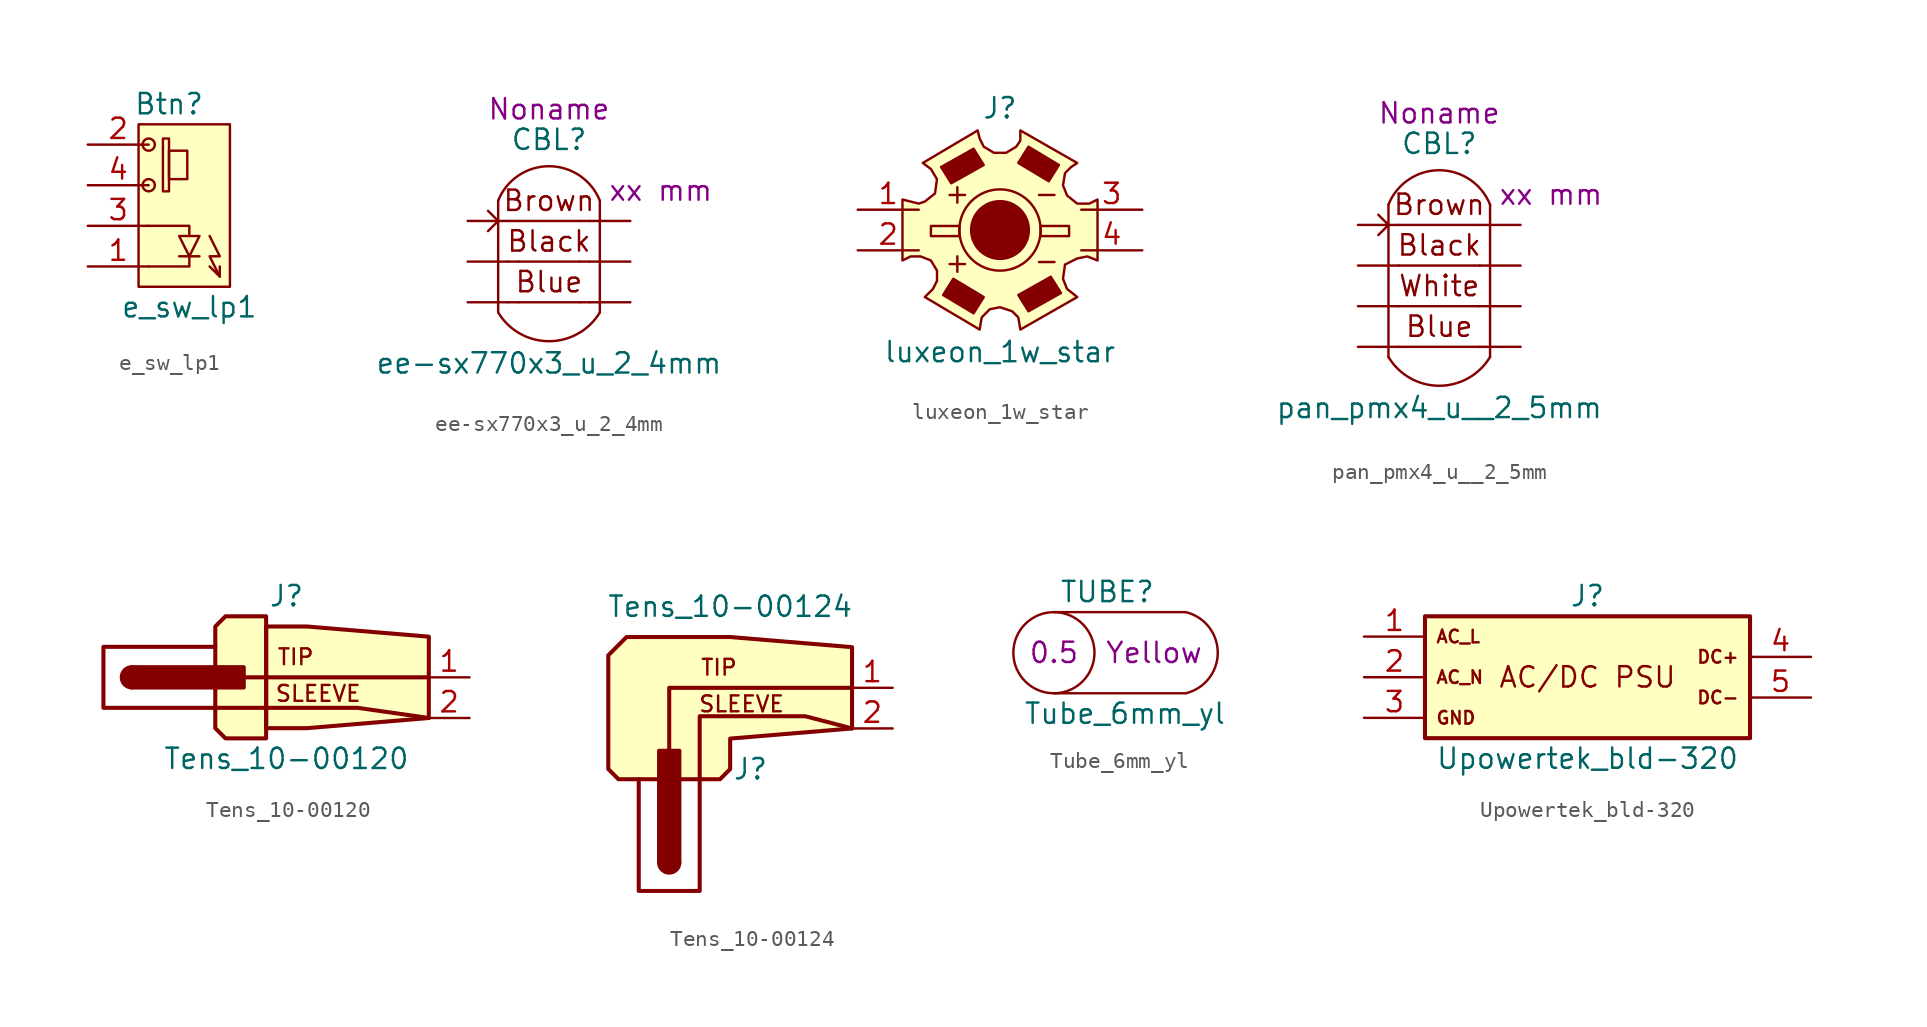
<source format=kicad_sym>
(kicad_symbol_lib
  (version 20211014)
  (generator kicad_symbol_editor)
  (symbol "e_sw_lp1"
    (pin_names
      (offset 1.016) hide)
    (property "Reference" "Btn"
      (at 0 6.35 0)
      (effects (font (size 1.27 1.27))))
    (property "Value" "e_sw_lp1"
      (at 1.27 -6.35 0)
      (effects (font (size 1.27 1.27))))
    (symbol "e_sw_lp1_0_1"
      (rectangle (start -1.905 5.08) (end 3.81 -5.08) (stroke (width 0) (type default) (color 0 0 0 0)) (fill (type background)))
      (circle (center -1.27 1.27) (radius 0.381) (stroke (width 0) (type default) (color 0 0 0 0)) (fill (type none)))
      (circle (center -1.27 3.81) (radius 0.381) (stroke (width 0) (type default) (color 0 0 0 0)) (fill (type none)))
      (rectangle (start -0.381 0.889) (end 0 4.191) (stroke (width 0) (type default) (color 0 0 0 0)) (fill (type none)))
      (polyline (pts (xy 0.635 -3.175) (xy 1.905 -3.175)) (stroke (width 0) (type default) (color 0 0 0 0)) (fill (type none)))
      (polyline (pts (xy 3.175 -4.445) (xy 3.175 -3.81)) (stroke (width 0) (type default) (color 0 0 0 0)) (fill (type none)))
      (polyline (pts (xy -1.27 -1.27) (xy 1.27 -1.27) (xy 1.27 -1.905)) (stroke (width 0) (type default) (color 0 0 0 0)) (fill (type none)))
      (polyline (pts (xy 1.27 -3.175) (xy 1.27 -3.81) (xy -1.27 -3.81)) (stroke (width 0) (type default) (color 0 0 0 0)) (fill (type none)))
      (polyline (pts (xy 0.635 -1.905) (xy 1.905 -1.905) (xy 1.27 -3.175) (xy 0.635 -1.905)) (stroke (width 0) (type default) (color 0 0 0 0)) (fill (type none)))
      (polyline (pts (xy 2.54 -1.905) (xy 3.175 -3.175) (xy 2.54 -3.175) (xy 3.175 -4.445) (xy 2.54 -3.81)) (stroke (width 0) (type default) (color 0 0 0 0)) (fill (type none)))
      (rectangle (start 0 1.651) (end 1.143 3.429) (stroke (width 0) (type default) (color 0 0 0 0)) (fill (type none))))
    (symbol "e_sw_lp1_1_1"
      (pin passive line (at -5.08 -3.81 0) (length 3.81) (name "LED_C" (effects (font (size 1.27 1.27)))) (number "1" (effects (font (size 1.27 1.27)))))
      (pin passive line (at -5.08 3.81 0) (length 3.81) (name "SW_1" (effects (font (size 1.27 1.27)))) (number "2" (effects (font (size 1.27 1.27)))))
      (pin passive line (at -5.08 -1.27 0) (length 3.81) (name "LED_A" (effects (font (size 1.27 1.27)))) (number "3" (effects (font (size 1.27 1.27)))))
      (pin passive line (at -5.08 1.27 0) (length 3.81) (name "SW_2" (effects (font (size 1.27 1.27)))) (number "4" (effects (font (size 1.27 1.27)))))))
  (symbol "ee-sx770x3_u_2_4mm"
    (pin_numbers hide)
    (pin_names hide)
    (property "Reference" "CBL"
      (at 0 7.62 0)
      (effects (font (size 1.27 1.27))))
    (property "Value" "ee-sx770x3_u_2_4mm"
      (at 0 -6.35 0)
      (effects (font (size 1.27 1.27))))
    (property "Length" "xx mm"
      (at 6.985 4.445 0)
      (effects (font (size 1.27 1.27))))
    (property "Harness_name" "Noname"
      (at 0 9.525 0)
      (effects (font (size 1.27 1.27))))
    (symbol "ee-sx770x3_u_2_4mm_0_0"
      (arc (start -3.175 -3.175) (mid 0 -4.9727) (end 3.175 -3.175) (stroke (width 0) (type default) (color 0 0 0 0)) (fill (type none)))
      (polyline (pts (xy -3.175 3.81) (xy -3.175 -3.175)) (stroke (width 0) (type default) (color 0 0 0 0)) (fill (type none)))
      (polyline (pts (xy -1.905 -2.54) (xy 1.905 -2.54)) (stroke (width 0) (type default) (color 0 0 0 0)) (fill (type none)))
      (polyline (pts (xy -1.905 0) (xy 1.905 0)) (stroke (width 0) (type default) (color 0 0 0 0)) (fill (type none)))
      (polyline (pts (xy -1.905 2.54) (xy 1.905 2.54)) (stroke (width 0) (type default) (color 0 0 0 0)) (fill (type none)))
      (polyline (pts (xy 3.175 3.81) (xy 3.175 -3.175)) (stroke (width 0) (type default) (color 0 0 0 0)) (fill (type none)))
      (arc (start 3.175 3.81) (mid 0 5.9596) (end -3.175 3.81) (stroke (width 0) (type default) (color 0 0 0 0)) (fill (type none)))
      (text "Black" (at 0 1.27 0) (effects (font (size 1.27 1.27))))
      (text "Blue" (at 0 -1.27 0) (effects (font (size 1.27 1.27))))
      (text "Brown" (at 0 3.81 0) (effects (font (size 1.27 1.27)))))
    (symbol "ee-sx770x3_u_2_4mm_0_1"
      (polyline (pts (xy -1.905 -2.54) (xy -2.54 -2.54)) (stroke (width 0) (type default) (color 0 0 0 0)) (fill (type none)))
      (polyline (pts (xy -1.905 0) (xy -2.54 0)) (stroke (width 0) (type default) (color 0 0 0 0)) (fill (type none)))
      (polyline (pts (xy -1.905 2.54) (xy -2.54 2.54)) (stroke (width 0) (type default) (color 0 0 0 0)) (fill (type none)))
      (polyline (pts (xy 2.54 -2.54) (xy 1.905 -2.54)) (stroke (width 0) (type default) (color 0 0 0 0)) (fill (type none)))
      (polyline (pts (xy 2.54 0) (xy 1.905 0)) (stroke (width 0) (type default) (color 0 0 0 0)) (fill (type none)))
      (polyline (pts (xy 2.54 2.54) (xy 1.905 2.54)) (stroke (width 0) (type default) (color 0 0 0 0)) (fill (type none)))
      (polyline (pts (xy -3.81 3.175) (xy -3.175 2.54) (xy -3.81 1.905)) (stroke (width 0) (type default) (color 0 0 0 0)) (fill (type none))))
    (symbol "ee-sx770x3_u_2_4mm_1_1"
      (pin passive line (at -5.08 2.54 0) (length 2.54) (name "C1.1" (effects (font (size 1.27 1.27)))) (number "1" (effects (font (size 1.27 1.27)))))
      (pin passive line (at 5.08 2.54 180) (length 2.54) (name "C1.2" (effects (font (size 1.27 1.27)))) (number "2" (effects (font (size 1.27 1.27)))))
      (pin passive line (at -5.08 0 0) (length 2.54) (name "C2.1" (effects (font (size 1.27 1.27)))) (number "3" (effects (font (size 1.27 1.27)))))
      (pin passive line (at 5.08 0 180) (length 2.54) (name "C2.2" (effects (font (size 1.27 1.27)))) (number "4" (effects (font (size 1.27 1.27)))))
      (pin passive line (at -5.08 -2.54 0) (length 2.54) (name "C3.1" (effects (font (size 1.27 1.27)))) (number "5" (effects (font (size 1.27 1.27)))))
      (pin passive line (at 5.08 -2.54 180) (length 2.54) (name "C3.2" (effects (font (size 1.27 1.27)))) (number "6" (effects (font (size 1.27 1.27)))))))
  (symbol "luxeon_1w_star"
    (pin_names
      (offset 1.016) hide)
    (property "Reference" "J"
      (at 0 7.62 0)
      (effects (font (size 1.27 1.27))))
    (property "Value" "luxeon_1w_star"
      (at 0 -7.62 0)
      (effects (font (size 1.27 1.27))))
    (symbol "luxeon_1w_star_0_0"
      (text "+" (at -2.667 2.286 0) (effects (font (size 1.27 1.27))))
      (text "-" (at 2.921 2.286 0) (effects (font (size 1.27 1.27))))
      (pin passive line (at 8.89 -1.27 180) (length 3.81) (name "Neg_2" (effects (font (size 1.27 1.27)))) (number "4" (effects (font (size 1.27 1.27))))))
    (symbol "luxeon_1w_star_0_1"
      (rectangle (start -2.54 -0.381) (end -4.318 0.254) (stroke (width 0) (type default) (color 0 0 0 0)) (fill (type none)))
      (polyline (pts (xy -3.683 3.937) (xy -1.651 5.08) (xy -1.016 4.064) (xy -3.048 2.921) (xy -3.683 3.937)) (stroke (width 0) (type default) (color 0 0 0 0)) (fill (type outline)))
      (polyline (pts (xy 1.778 5.207) (xy 1.143 4.191) (xy 3.048 3.048) (xy 3.683 4.064) (xy 1.778 5.207)) (stroke (width 0) (type default) (color 0 0 0 0)) (fill (type outline)))
      (polyline (pts (xy 4.826 4.191) (xy 1.27 6.223) (xy 1.27 5.588) (xy 1.016 5.207) (xy 0.381 4.826) (xy -0.381 4.826) (xy -1.016 5.207) (xy -1.27 5.715) (xy -1.397 6.223) (xy -4.826 4.191) (xy -4.318 3.81) (xy -3.937 3.175) (xy -4.064 2.286) (xy -4.699 1.778) (xy -5.08 1.651) (xy -5.588 1.778) (xy -6.096 1.905) (xy -6.096 -1.905) (xy -5.588 -1.651) (xy -4.953 -1.651) (xy -4.318 -1.905) (xy -3.937 -2.54) (xy -3.937 -3.175) (xy -4.191 -3.683) (xy -4.699 -4.191) (xy -1.27 -6.223) (xy -1.143 -5.461) (xy -0.635 -4.953) (xy 0 -4.826) (xy 0.762 -5.08) (xy 1.143 -5.461) (xy 1.27 -6.223) (xy 4.826 -4.191) (xy 4.191 -3.683) (xy 3.937 -3.048) (xy 4.064 -2.159) (xy 4.826 -1.778) (xy 5.461 -1.651) (xy 6.096 -1.905) (xy 6.096 1.905) (xy 5.588 1.651) (xy 4.826 1.651) (xy 4.191 2.159) (xy 3.937 2.794) (xy 4.064 3.556) (xy 4.445 3.937) (xy 4.826 4.191)) (stroke (width 0) (type default) (color 0 0 0 0)) (fill (type background)))
      (circle (center 0 0) (radius 1.803) (stroke (width 0) (type default) (color 0 0 0 0)) (fill (type outline)))
      (circle (center 0 0) (radius 2.54) (stroke (width 0) (type default) (color 0 0 0 0)) (fill (type none))))
    (symbol "luxeon_1w_star_1_1"
      (polyline (pts (xy -2.921 -3.048) (xy -3.556 -4.064) (xy -1.651 -5.207) (xy -1.016 -4.191) (xy -2.921 -3.048)) (stroke (width 0) (type default) (color 0 0 0 0)) (fill (type outline)))
      (polyline (pts (xy 1.143 -4.064) (xy 3.175 -2.921) (xy 3.81 -3.937) (xy 1.778 -5.08) (xy 1.143 -4.064)) (stroke (width 0) (type default) (color 0 0 0 0)) (fill (type outline)))
      (rectangle (start 4.318 -0.381) (end 2.54 0.254) (stroke (width 0) (type default) (color 0 0 0 0)) (fill (type none)))
      (text "+" (at -2.667 -2.032 0) (effects (font (size 1.27 1.27))))
      (text "-" (at 2.921 -1.905 0) (effects (font (size 1.27 1.27))))
      (pin passive line (at -8.89 1.27 0) (length 3.81) (name "Pos_1" (effects (font (size 1.27 1.27)))) (number "1" (effects (font (size 1.27 1.27)))))
      (pin passive line (at -8.89 -1.27 0) (length 3.81) (name "Pos_2" (effects (font (size 1.27 1.27)))) (number "2" (effects (font (size 1.27 1.27)))))
      (pin passive line (at 8.89 1.27 180) (length 3.81) (name "Neg_1" (effects (font (size 1.27 1.27)))) (number "3" (effects (font (size 1.27 1.27)))))))
  (symbol "pan_pmx4_u__2_5mm"
    (pin_numbers hide)
    (pin_names hide)
    (property "Reference" "CBL"
      (at 0 7.62 0)
      (effects (font (size 1.27 1.27))))
    (property "Value" "pan_pmx4_u__2_5mm"
      (at 0 -8.89 0)
      (effects (font (size 1.27 1.27))))
    (property "Length" "xx mm"
      (at 6.985 4.445 0)
      (effects (font (size 1.27 1.27))))
    (property "Harness_name" "Noname"
      (at 0 9.525 0)
      (effects (font (size 1.27 1.27))))
    (symbol "pan_pmx4_u__2_5mm_0_0"
      (arc (start -3.175 -5.715) (mid 0 -7.5127) (end 3.175 -5.715) (stroke (width 0) (type default) (color 0 0 0 0)) (fill (type none)))
      (polyline (pts (xy -3.175 3.81) (xy -3.175 -5.715)) (stroke (width 0) (type default) (color 0 0 0 0)) (fill (type none)))
      (polyline (pts (xy -2.54 -5.08) (xy 2.54 -5.08)) (stroke (width 0) (type default) (color 0 0 0 0)) (fill (type none)))
      (polyline (pts (xy -2.54 0) (xy 2.54 0)) (stroke (width 0) (type default) (color 0 0 0 0)) (fill (type none)))
      (polyline (pts (xy -2.54 2.54) (xy 2.54 2.54)) (stroke (width 0) (type default) (color 0 0 0 0)) (fill (type none)))
      (polyline (pts (xy 3.175 3.81) (xy 3.175 -5.715)) (stroke (width 0) (type default) (color 0 0 0 0)) (fill (type none)))
      (arc (start 3.175 3.81) (mid 0 5.9596) (end -3.175 3.81) (stroke (width 0) (type default) (color 0 0 0 0)) (fill (type none)))
      (text "Black" (at 0 1.27 0) (effects (font (size 1.27 1.27))))
      (text "Blue" (at 0 -3.81 0) (effects (font (size 1.27 1.27))))
      (text "Brown" (at 0 3.81 0) (effects (font (size 1.27 1.27)))))
    (symbol "pan_pmx4_u__2_5mm_0_1"
      (polyline (pts (xy -3.81 3.175) (xy -3.175 2.54) (xy -3.81 1.905)) (stroke (width 0) (type default) (color 0 0 0 0)) (fill (type none))))
    (symbol "pan_pmx4_u__2_5mm_1_1"
      (polyline (pts (xy -2.54 -2.54) (xy 2.54 -2.54)) (stroke (width 0) (type default) (color 0 0 0 0)) (fill (type none)))
      (text "White" (at 0 -1.27 0) (effects (font (size 1.27 1.27))))
      (pin passive line (at -5.08 2.54 0) (length 2.54) (name "C1.1" (effects (font (size 1.27 1.27)))) (number "1" (effects (font (size 1.27 1.27)))))
      (pin passive line (at 5.08 2.54 180) (length 2.54) (name "C1.2" (effects (font (size 1.27 1.27)))) (number "2" (effects (font (size 1.27 1.27)))))
      (pin passive line (at -5.08 0 0) (length 2.54) (name "C2.1" (effects (font (size 1.27 1.27)))) (number "3" (effects (font (size 1.27 1.27)))))
      (pin passive line (at 5.08 0 180) (length 2.54) (name "C2.2" (effects (font (size 1.27 1.27)))) (number "4" (effects (font (size 1.27 1.27)))))
      (pin passive line (at -5.08 -2.54 0) (length 2.54) (name "C3.1" (effects (font (size 1.27 1.27)))) (number "5" (effects (font (size 1.27 1.27)))))
      (pin passive line (at 5.08 -2.54 180) (length 2.54) (name "C3.2" (effects (font (size 1.27 1.27)))) (number "6" (effects (font (size 1.27 1.27)))))
      (pin passive line (at -5.08 -5.08 0) (length 2.54) (name "C4.1" (effects (font (size 1.27 1.27)))) (number "7" (effects (font (size 1.27 1.27)))))
      (pin passive line (at 5.08 -5.08 180) (length 2.54) (name "C4.2" (effects (font (size 1.27 1.27)))) (number "8" (effects (font (size 1.27 1.27)))))))
  (symbol "Tens_10-00120"
    (pin_names
      (offset 1.016) hide)
    (property "Reference" "J"
      (at 0 5.08 0)
      (effects (font (size 1.27 1.27))))
    (property "Value" "Tens_10-00120"
      (at 0 -5.08 0)
      (effects (font (size 1.27 1.27))))
    (symbol "Tens_10-00120_0_0"
      (text "SLEEVE" (at -0.762 -1.016 0) (effects (font (size 0.991 0.991)) (justify left)))
      (text "TIP" (at -0.635 1.27 0) (effects (font (size 0.991 0.991)) (justify left))))
    (symbol "Tens_10-00120_0_1"
      (arc (start -9.652 0.635) (mid -10.287 0) (end -9.652 -0.635) (stroke (width 0.254) (type default) (color 0 0 0 0)) (fill (type outline)))
      (rectangle (start -2.667 0.635) (end -9.652 -0.635) (stroke (width 0.254) (type default) (color 0 0 0 0)) (fill (type outline)))
      (polyline (pts (xy 8.89 0) (xy -2.54 0)) (stroke (width 0.254) (type default) (color 0 0 0 0)) (fill (type none)))
      (polyline (pts (xy 8.89 -2.54) (xy 4.445 -1.905) (xy -4.445 -1.905) (xy -11.43 -1.905) (xy -11.43 1.905) (xy -4.445 1.905)) (stroke (width 0.254) (type default) (color 0 0 0 0)) (fill (type none)))
      (polyline (pts (xy -1.27 3.81) (xy -3.81 3.81) (xy -4.445 3.175) (xy -4.445 -3.175) (xy -3.81 -3.81) (xy -1.27 -3.81) (xy -1.27 3.81)) (stroke (width 0.254) (type default) (color 0 0 0 0)) (fill (type background)))
      (polyline (pts (xy 1.27 -3.175) (xy 8.89 -2.54) (xy 8.89 2.54) (xy 1.27 3.175) (xy 0 3.175) (xy -1.27 3.175) (xy -1.27 2.54) (xy -1.27 -3.175) (xy 0 -3.175) (xy 1.27 -3.175) (xy 1.27 -3.175)) (stroke (width 0.254) (type default) (color 0 0 0 0)) (fill (type background))))
    (symbol "Tens_10-00120_1_1"
      (pin passive line (at 11.43 0 180) (length 2.54) (name "Tip" (effects (font (size 1.27 1.27)))) (number "1" (effects (font (size 1.27 1.27)))))
      (pin passive line (at 11.43 -2.54 180) (length 2.54) (name "Sleeve" (effects (font (size 1.27 1.27)))) (number "2" (effects (font (size 1.27 1.27)))))))
  (symbol "Tens_10-00124"
    (pin_names
      (offset 1.016) hide)
    (property "Reference" "J"
      (at 0 -5.08 0)
      (effects (font (size 1.27 1.27))))
    (property "Value" "Tens_10-00124"
      (at -1.27 5.08 0)
      (effects (font (size 1.27 1.27))))
    (symbol "Tens_10-00124_0_0"
      (text "SLEEVE" (at -3.302 -1.016 0) (effects (font (size 0.991 0.991)) (justify left)))
      (text "TIP" (at -3.175 1.27 0) (effects (font (size 0.991 0.991)) (justify left))))
    (symbol "Tens_10-00124_0_1"
      (arc (start -5.715 -10.922) (mid -5.08 -11.557) (end -4.445 -10.922) (stroke (width 0.254) (type default) (color 0 0 0 0)) (fill (type outline)))
      (rectangle (start -5.715 -3.937) (end -4.445 -10.922) (stroke (width 0.254) (type default) (color 0 0 0 0)) (fill (type outline)))
      (polyline (pts (xy 6.35 0) (xy -5.08 0) (xy -5.08 -3.81)) (stroke (width 0.254) (type default) (color 0 0 0 0)) (fill (type none)))
      (polyline (pts (xy 6.35 -2.54) (xy 3.429 -1.778) (xy -3.175 -1.778) (xy -3.175 -5.715) (xy -3.175 -12.7) (xy -6.985 -12.7) (xy -6.985 -5.715)) (stroke (width 0.254) (type default) (color 0 0 0 0)) (fill (type none)))
      (polyline (pts (xy -8.255 -5.715) (xy -1.905 -5.715) (xy -1.27 -5.08) (xy -1.27 -3.175) (xy 6.35 -2.54) (xy 6.35 2.54) (xy -1.27 3.175) (xy -7.747 3.175) (xy -8.89 2.032) (xy -8.89 -5.08) (xy -8.255 -5.715)) (stroke (width 0.254) (type default) (color 0 0 0 0)) (fill (type background))))
    (symbol "Tens_10-00124_1_1"
      (pin passive line (at 8.89 0 180) (length 2.54) (name "Tip" (effects (font (size 1.27 1.27)))) (number "1" (effects (font (size 1.27 1.27)))))
      (pin passive line (at 8.89 -2.54 180) (length 2.54) (name "Sleeve" (effects (font (size 1.27 1.27)))) (number "2" (effects (font (size 1.27 1.27)))))))
  (symbol "Tube_6mm_yl"
    (pin_numbers hide)
    (pin_names
      (offset 0) hide)
    (property "Reference" "TUBE"
      (at 6.35 3.81 0)
      (effects (font (size 1.27 1.27)) (justify right)))
    (property "Value" "Tube_6mm_yl"
      (at 4.445 -3.81 0)
      (effects (font (size 1.27 1.27))))
    (property "Color" "Yellow"
      (at 3.175 0 0)
      (effects (font (size 1.27 1.27)) (justify left)))
    (property "Wall_Thickness" "0.5"
      (at 0 0 0)
      (effects (font (size 1.27 1.27))))
    (symbol "Tube_6mm_yl_0_1"
      (polyline (pts (xy 8.255 -2.54) (xy 0 -2.54)) (stroke (width 0) (type default) (color 0 0 0 0)) (fill (type none)))
      (polyline (pts (xy 8.255 2.54) (xy 0 2.54)) (stroke (width 0) (type default) (color 0 0 0 0)) (fill (type none)))
      (circle (center 0 0) (radius 2.54) (stroke (width 0) (type default) (color 0 0 0 0)) (fill (type none)))
      (arc (start 8.255 -2.54) (mid 10.2575 0) (end 8.255 2.54) (stroke (width 0) (type default) (color 0 0 0 0)) (fill (type none)))))
  (symbol "Upowertek_bld-320"
    (pin_names
      (offset 1.016) hide)
    (property "Reference" "J"
      (at 0 5.08 0)
      (effects (font (size 1.27 1.27))))
    (property "Value" "Upowertek_bld-320"
      (at 0 -5.08 0)
      (effects (font (size 1.27 1.27))))
    (symbol "Upowertek_bld-320_0_0"
      (text "AC/DC PSU" (at 0 0 0) (effects (font (size 1.27 1.27))))
      (text "AC_L" (at -9.525 2.54 0) (effects (font (size 0.787 0.787)) (justify left))))
    (symbol "Upowertek_bld-320_0_1"
      (rectangle (start 10.16 3.81) (end -10.16 -3.81) (stroke (width 0.254) (type default) (color 0 0 0 0)) (fill (type background))))
    (symbol "Upowertek_bld-320_1_1"
      (text "AC_N" (at -9.525 0 0) (effects (font (size 0.787 0.787)) (justify left)))
      (text "DC+" (at 9.525 1.27 0) (effects (font (size 0.787 0.787)) (justify right)))
      (text "DC-" (at 9.525 -1.27 0) (effects (font (size 0.787 0.787)) (justify right)))
      (text "GND" (at -9.525 -2.54 0) (effects (font (size 0.787 0.787)) (justify left)))
      (pin passive line (at -13.97 2.54 0) (length 3.81) (name "AC_L" (effects (font (size 1.27 1.27)))) (number "1" (effects (font (size 1.27 1.27)))))
      (pin passive line (at -13.97 0 0) (length 3.81) (name "AC_N" (effects (font (size 1.27 1.27)))) (number "2" (effects (font (size 1.27 1.27)))))
      (pin passive line (at -13.97 -2.54 0) (length 3.81) (name "AC_GND" (effects (font (size 1.27 1.27)))) (number "3" (effects (font (size 1.27 1.27)))))
      (pin passive line (at 13.97 1.27 180) (length 3.81) (name "DC_POS" (effects (font (size 1.27 1.27)))) (number "4" (effects (font (size 1.27 1.27)))))
      (pin passive line (at 13.97 -1.27 180) (length 3.81) (name "DC_NEG" (effects (font (size 1.27 1.27)))) (number "5" (effects (font (size 1.27 1.27))))))))
</source>
